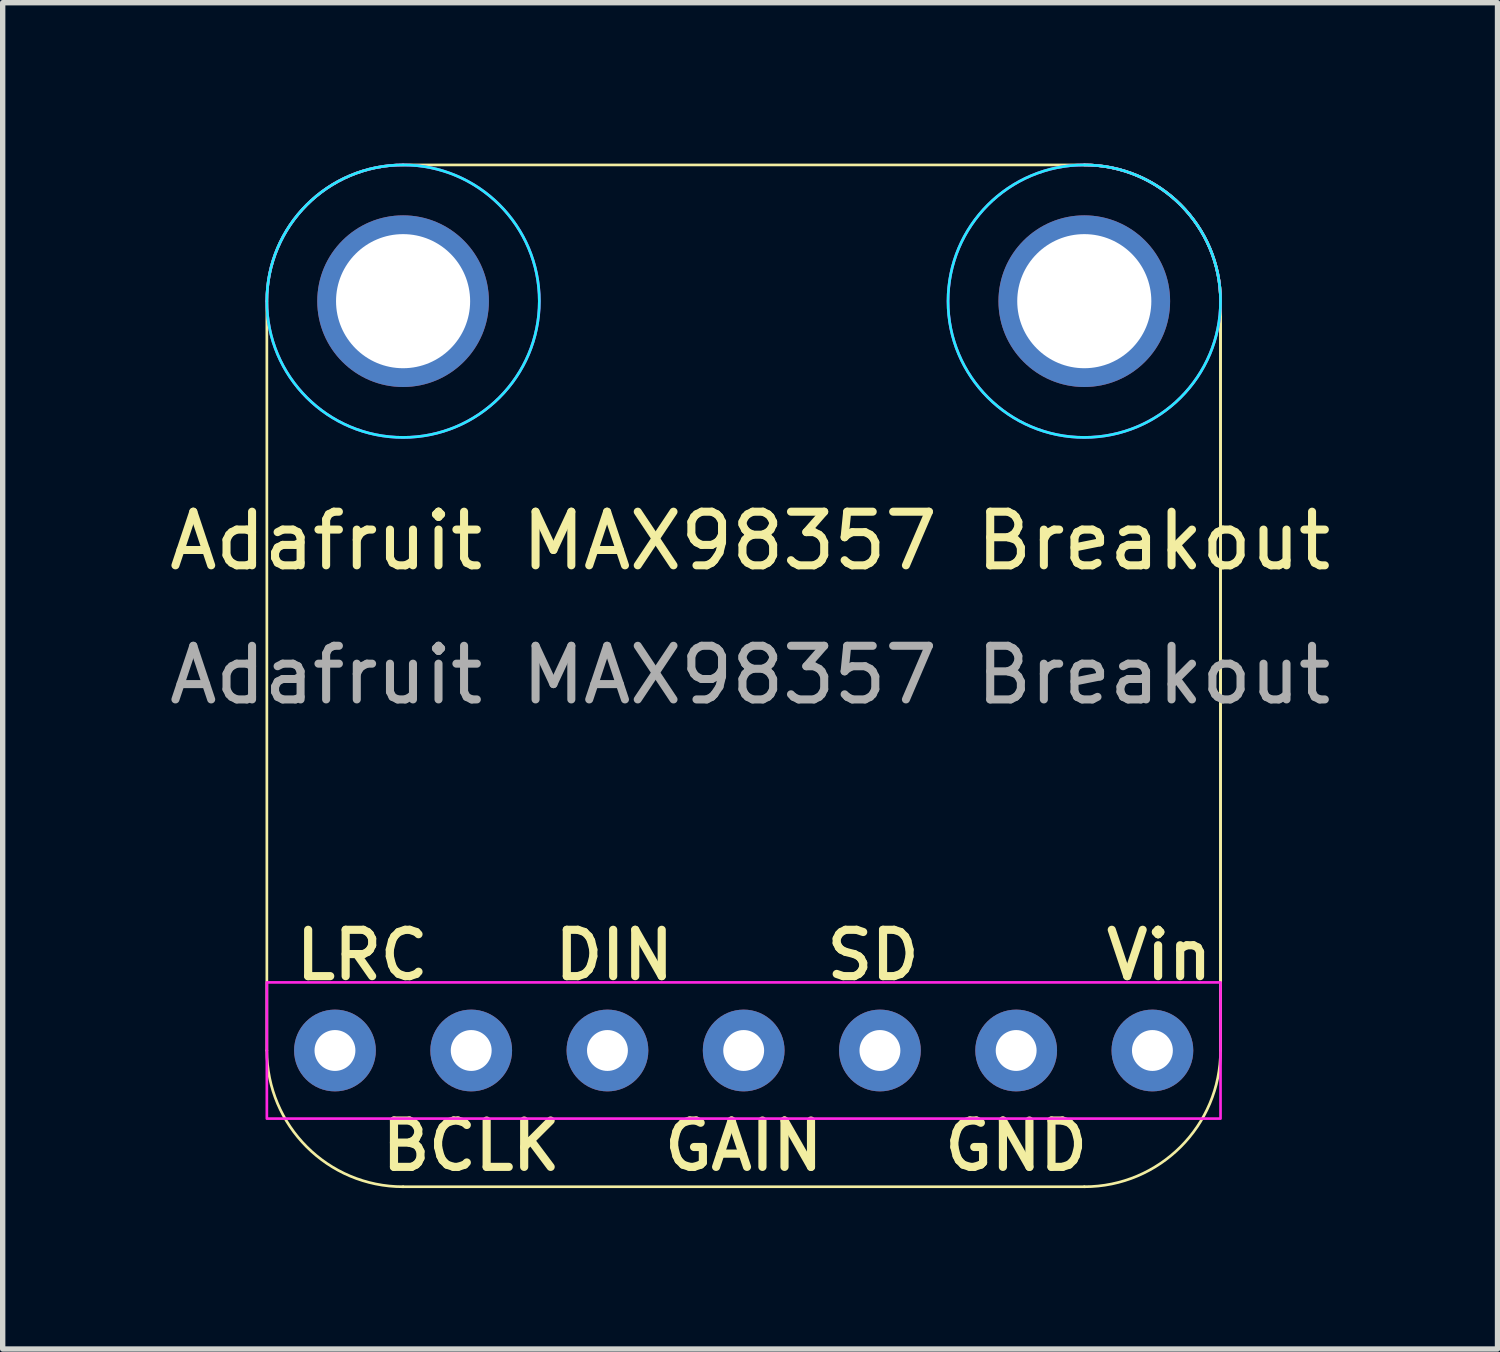
<source format=kicad_pcb>
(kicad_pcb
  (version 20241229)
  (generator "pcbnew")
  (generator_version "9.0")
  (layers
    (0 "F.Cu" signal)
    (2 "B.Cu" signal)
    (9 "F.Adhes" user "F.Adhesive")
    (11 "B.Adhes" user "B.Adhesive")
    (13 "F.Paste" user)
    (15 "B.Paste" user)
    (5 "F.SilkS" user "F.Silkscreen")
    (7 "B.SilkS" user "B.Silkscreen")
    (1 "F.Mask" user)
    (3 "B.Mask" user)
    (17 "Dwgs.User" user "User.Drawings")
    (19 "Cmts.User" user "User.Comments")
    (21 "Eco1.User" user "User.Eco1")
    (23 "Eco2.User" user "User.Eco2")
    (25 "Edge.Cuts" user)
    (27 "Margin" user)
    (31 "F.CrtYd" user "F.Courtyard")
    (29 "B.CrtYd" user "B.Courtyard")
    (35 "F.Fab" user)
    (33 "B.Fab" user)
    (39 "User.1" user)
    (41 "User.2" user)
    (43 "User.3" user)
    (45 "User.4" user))
  (footprint "Adafruit MAX98357 Breakout"
    (layer "F.Cu")
    (at 18.435 16.535)
    (property "Reference" "Adafruit MAX98357 Breakout" (at -7.5 -9.5 0) (unlocked yes) (layer "F.SilkS") (effects (font (size 1 1) (thickness 0.15))))
    (attr through_hole)
    (fp_line (start -16.51 0) (end -16.51 -13.97) (stroke (width 0.05) (type solid)) (layer "F.SilkS"))
    (fp_line (start -13.97 -16.51) (end -1.27 -16.51) (stroke (width 0.05) (type solid)) (layer "F.SilkS"))
    (fp_line (start -1.27 2.54) (end -13.97 2.54) (stroke (width 0.05) (type solid)) (layer "F.SilkS"))
    (fp_line (start 1.27 -13.97) (end 1.27 0) (stroke (width 0.05) (type solid)) (layer "F.SilkS"))
    (fp_line (start 1.27 -13.97) (end 1.27 0) (stroke (width 0.05) (type solid)) (layer "F.SilkS"))
    (fp_arc (start -16.51 -13.97) (mid -15.766051 -15.766051) (end -13.97 -16.51) (stroke (width 0.05) (type solid)) (layer "F.SilkS"))
    (fp_arc (start -13.97 2.54) (mid -15.766051 1.796051) (end -16.51 0) (stroke (width 0.05) (type solid)) (layer "F.SilkS"))
    (fp_arc (start -1.27 -16.51) (mid 0.526051 -15.766051) (end 1.27 -13.97) (stroke (width 0.05) (type solid)) (layer "F.SilkS"))
    (fp_arc (start -1.27 -16.51) (mid 0.526051 -15.766051) (end 1.27 -13.97) (stroke (width 0.05) (type solid)) (layer "F.SilkS"))
    (fp_arc (start 1.27 0) (mid 0.526051 1.796051) (end -1.27 2.54) (stroke (width 0.05) (type solid)) (layer "F.SilkS"))
    (fp_circle (center -13.97 -13.97) (end -11.43 -13.97) (stroke (width 0.05) (type default)) (fill no) (layer "B.CrtYd"))
    (fp_circle (center -1.27 -13.97) (end 1.27 -13.97) (stroke (width 0.05) (type default)) (fill no) (layer "B.CrtYd"))
    (fp_rect (start -16.51 -1.27) (end 1.27 1.27) (stroke (width 0.05) (type default)) (fill no) (layer "F.CrtYd"))
    (fp_circle (center -13.97 -13.97) (end -11.43 -13.97) (stroke (width 0.05) (type default)) (fill no) (layer "F.CrtYd"))
    (fp_circle (center -1.27 -13.97) (end 1.27 -13.97) (stroke (width 0.05) (type default)) (fill no) (layer "F.CrtYd"))
    (fp_text user "GAIN" (at -7.62 1.778 0) (unlocked yes) (layer "F.SilkS") (effects (font (size 0.864 0.864) (thickness 0.152))))
    (fp_text user "BCLK" (at -12.7 1.778 0) (unlocked yes) (layer "F.SilkS") (effects (font (size 0.864 0.864) (thickness 0.152))))
    (fp_text user "DIN" (at -10.033 -1.778 0) (unlocked yes) (layer "F.SilkS") (effects (font (size 0.864 0.864) (thickness 0.152))))
    (fp_text user "SD" (at -5.207 -1.778 0) (unlocked yes) (layer "F.SilkS") (effects (font (size 0.864 0.864) (thickness 0.152))))
    (fp_text user "LRC" (at -14.732 -1.778 0) (unlocked yes) (layer "F.SilkS") (effects (font (size 0.864 0.864) (thickness 0.152))))
    (fp_text user "GND" (at -2.54 1.778 0) (unlocked yes) (layer "F.SilkS") (effects (font (size 0.864 0.864) (thickness 0.152))))
    (fp_text user "Vin" (at 0.127 -1.778 0) (unlocked yes) (layer "F.SilkS") (effects (font (size 0.864 0.864) (thickness 0.152))))
    (fp_text user "${REFERENCE}" (at -7.5 -7 0) (unlocked yes) (layer "F.Fab") (effects (font (size 1 1) (thickness 0.15))))
    (pad "" np_thru_hole circle (at -13.97 -13.97) (size 3.2 3.2) (drill 2.5) (layers "*.Cu" "*.Mask"))
    (pad "" np_thru_hole circle (at -1.27 -13.97) (size 3.2 3.2) (drill 2.5) (layers "*.Cu" "*.Mask"))
    (pad "1" thru_hole circle (at 0 0 270) (size 1.524 1.524) (drill 0.762) (layers "*.Cu" "*.Mask"))
    (pad "2" thru_hole circle (at -2.54 0 270) (size 1.524 1.524) (drill 0.762) (layers "*.Cu" "*.Mask"))
    (pad "3" thru_hole circle (at -5.08 0 270) (size 1.524 1.524) (drill 0.762) (layers "*.Cu" "*.Mask"))
    (pad "4" thru_hole circle (at -7.62 0 270) (size 1.524 1.524) (drill 0.762) (layers "*.Cu" "*.Mask"))
    (pad "5" thru_hole circle (at -10.16 0 270) (size 1.524 1.524) (drill 0.762) (layers "*.Cu" "*.Mask"))
    (pad "6" thru_hole circle (at -12.7 0 270) (size 1.524 1.524) (drill 0.762) (layers "*.Cu" "*.Mask"))
    (pad "7" thru_hole circle (at -15.24 0 270) (size 1.524 1.524) (drill 0.762) (layers "*.Cu" "*.Mask")))
  (gr_rect
    (start -3 -3)
    (end 24.869 22.1)
    (stroke (width 0.1) (type default))
    (fill no)
    (layer "Edge.Cuts")))
</source>
